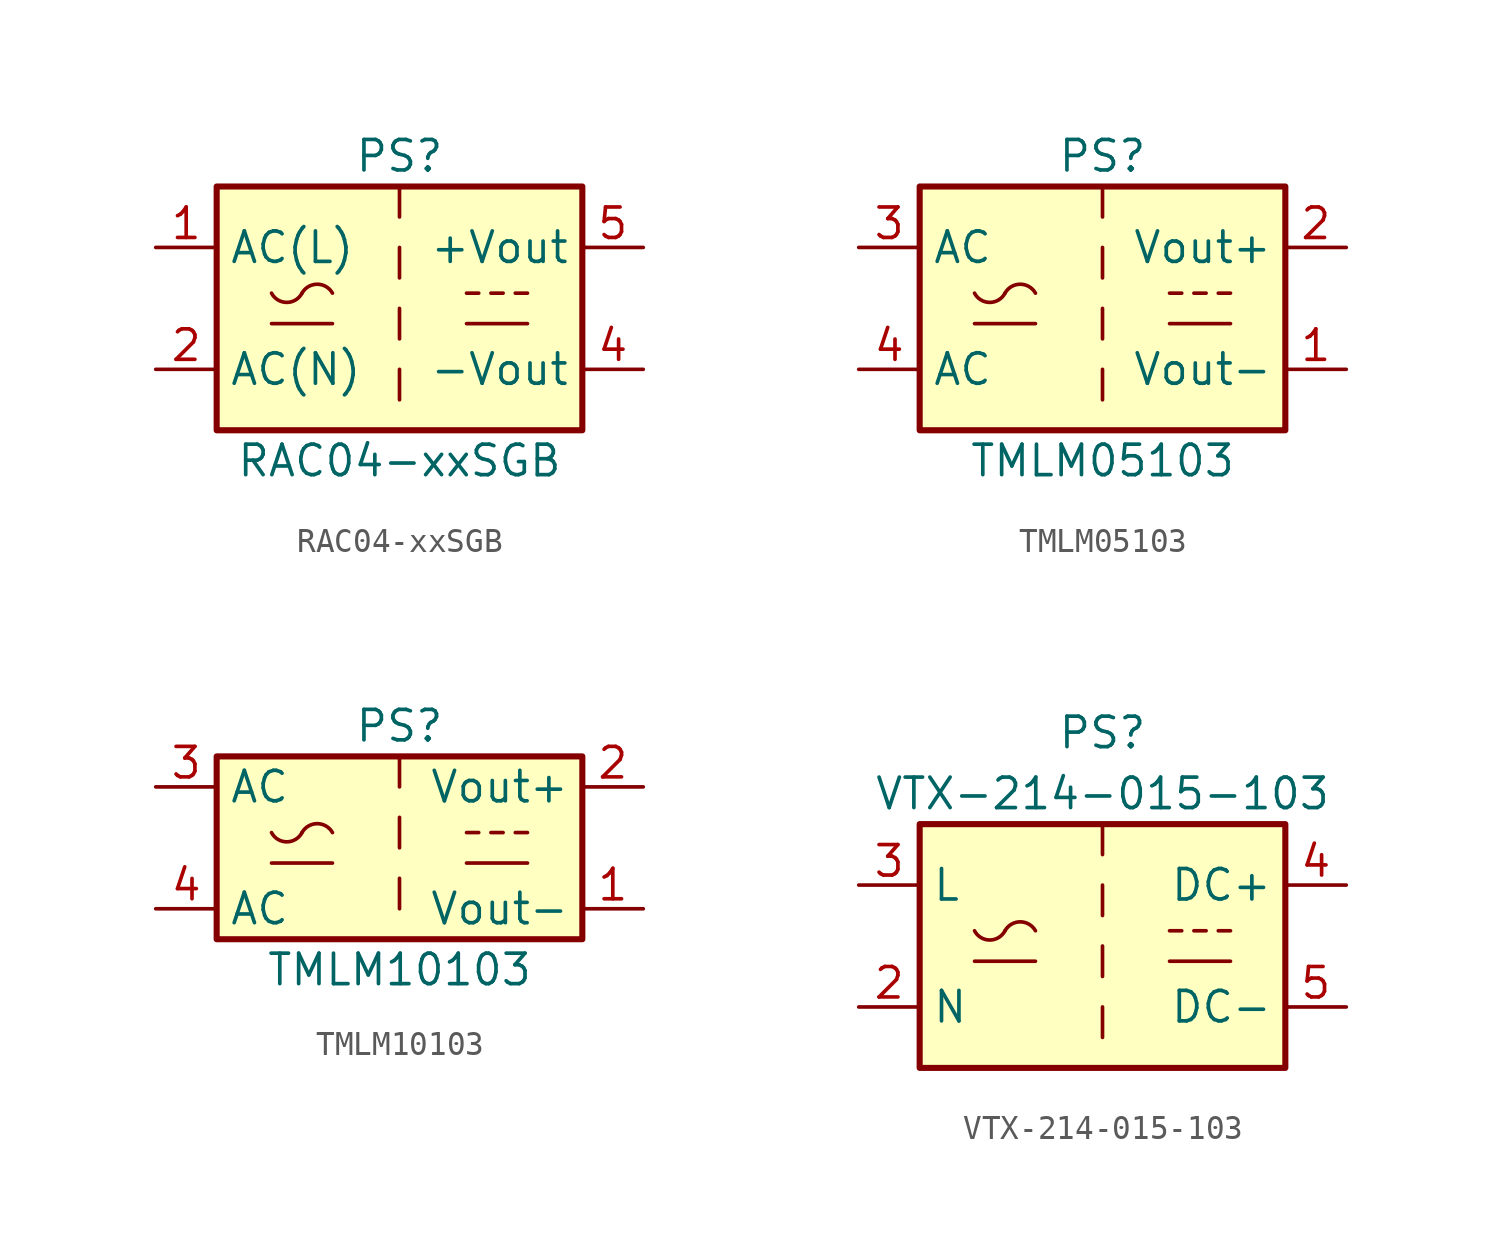
<source format=kicad_sym>
(kicad_symbol_lib
  (version 20211014)
  (generator kicad_symbol_editor)
  (symbol "RAC04-xxSGB"
    (property "Reference" "PS"
      (at 0 6.35 0)
      (effects (font (size 1.27 1.27))))
    (property "Value" "RAC04-xxSGB"
      (at 0 -6.35 0)
      (effects (font (size 1.27 1.27))))
    (symbol "RAC04-xxSGB_1_1"
      (rectangle (start -7.62 5.08) (end 7.62 -5.08) (stroke (width 0.254) (type default) (color 0 0 0 0)) (fill (type background)))
      (arc (start -5.334 0.635) (mid -4.699 0.2495) (end -4.064 0.635) (stroke (width 0) (type default) (color 0 0 0 0)) (fill (type none)))
      (arc (start -2.794 0.635) (mid -3.429 1.0072) (end -4.064 0.635) (stroke (width 0) (type default) (color 0 0 0 0)) (fill (type none)))
      (polyline (pts (xy -5.334 -0.635) (xy -2.794 -0.635)) (stroke (width 0) (type default) (color 0 0 0 0)) (fill (type none)))
      (polyline (pts (xy 0 -2.54) (xy 0 -3.81)) (stroke (width 0) (type default) (color 0 0 0 0)) (fill (type none)))
      (polyline (pts (xy 0 0) (xy 0 -1.27)) (stroke (width 0) (type default) (color 0 0 0 0)) (fill (type none)))
      (polyline (pts (xy 0 2.54) (xy 0 1.27)) (stroke (width 0) (type default) (color 0 0 0 0)) (fill (type none)))
      (polyline (pts (xy 0 5.08) (xy 0 3.81)) (stroke (width 0) (type default) (color 0 0 0 0)) (fill (type none)))
      (polyline (pts (xy 2.794 -0.635) (xy 5.334 -0.635)) (stroke (width 0) (type default) (color 0 0 0 0)) (fill (type none)))
      (polyline (pts (xy 2.794 0.635) (xy 3.302 0.635)) (stroke (width 0) (type default) (color 0 0 0 0)) (fill (type none)))
      (polyline (pts (xy 3.81 0.635) (xy 4.318 0.635)) (stroke (width 0) (type default) (color 0 0 0 0)) (fill (type none)))
      (polyline (pts (xy 4.826 0.635) (xy 5.334 0.635)) (stroke (width 0) (type default) (color 0 0 0 0)) (fill (type none)))
      (pin power_in line (at -10.16 2.54 0) (length 2.54) (name "AC(L)" (effects (font (size 1.27 1.27)))) (number "1" (effects (font (size 1.27 1.27)))))
      (pin power_in line (at -10.16 -2.54 0) (length 2.54) (name "AC(N)" (effects (font (size 1.27 1.27)))) (number "2" (effects (font (size 1.27 1.27)))))
      (pin no_connect line (at 7.62 0 180) (length 2.54) hide (name "NC" (effects (font (size 1.27 1.27)))) (number "3" (effects (font (size 1.27 1.27)))))
      (pin power_out line (at 10.16 -2.54 180) (length 2.54) (name "-Vout" (effects (font (size 1.27 1.27)))) (number "4" (effects (font (size 1.27 1.27)))))
      (pin power_out line (at 10.16 2.54 180) (length 2.54) (name "+Vout" (effects (font (size 1.27 1.27)))) (number "5" (effects (font (size 1.27 1.27)))))))
  (symbol "TMLM05103"
    (property "Reference" "PS"
      (at 0 6.35 0)
      (effects (font (size 1.27 1.27))))
    (property "Value" "TMLM05103"
      (at 0 -6.35 0)
      (effects (font (size 1.27 1.27))))
    (symbol "TMLM05103_0_1"
      (rectangle (start -7.62 5.08) (end 7.62 -5.08) (stroke (width 0.254) (type default) (color 0 0 0 0)) (fill (type background)))
      (arc (start -5.334 0.635) (mid -4.699 0.2495) (end -4.064 0.635) (stroke (width 0) (type default) (color 0 0 0 0)) (fill (type none)))
      (arc (start -2.794 0.635) (mid -3.429 1.0072) (end -4.064 0.635) (stroke (width 0) (type default) (color 0 0 0 0)) (fill (type none)))
      (polyline (pts (xy -5.334 -0.635) (xy -2.794 -0.635)) (stroke (width 0) (type default) (color 0 0 0 0)) (fill (type none)))
      (polyline (pts (xy 0 -2.54) (xy 0 -3.81)) (stroke (width 0) (type default) (color 0 0 0 0)) (fill (type none)))
      (polyline (pts (xy 0 0) (xy 0 -1.27)) (stroke (width 0) (type default) (color 0 0 0 0)) (fill (type none)))
      (polyline (pts (xy 0 2.54) (xy 0 1.27)) (stroke (width 0) (type default) (color 0 0 0 0)) (fill (type none)))
      (polyline (pts (xy 0 5.08) (xy 0 3.81)) (stroke (width 0) (type default) (color 0 0 0 0)) (fill (type none)))
      (polyline (pts (xy 2.794 -0.635) (xy 5.334 -0.635)) (stroke (width 0) (type default) (color 0 0 0 0)) (fill (type none)))
      (polyline (pts (xy 2.794 0.635) (xy 3.302 0.635)) (stroke (width 0) (type default) (color 0 0 0 0)) (fill (type none)))
      (polyline (pts (xy 3.81 0.635) (xy 4.318 0.635)) (stroke (width 0) (type default) (color 0 0 0 0)) (fill (type none)))
      (polyline (pts (xy 4.826 0.635) (xy 5.334 0.635)) (stroke (width 0) (type default) (color 0 0 0 0)) (fill (type none))))
    (symbol "TMLM05103_1_1"
      (pin power_out line (at 10.16 -2.54 180) (length 2.54) (name "Vout-" (effects (font (size 1.27 1.27)))) (number "1" (effects (font (size 1.27 1.27)))))
      (pin power_out line (at 10.16 2.54 180) (length 2.54) (name "Vout+" (effects (font (size 1.27 1.27)))) (number "2" (effects (font (size 1.27 1.27)))))
      (pin power_in line (at -10.16 2.54 0) (length 2.54) (name "AC" (effects (font (size 1.27 1.27)))) (number "3" (effects (font (size 1.27 1.27)))))
      (pin power_in line (at -10.16 -2.54 0) (length 2.54) (name "AC" (effects (font (size 1.27 1.27)))) (number "4" (effects (font (size 1.27 1.27)))))))
  (symbol "TMLM10103"
    (property "Reference" "PS"
      (at 0 5.08 0)
      (effects (font (size 1.27 1.27))))
    (property "Value" "TMLM10103"
      (at 0 -5.08 0)
      (effects (font (size 1.27 1.27))))
    (symbol "TMLM10103_0_1"
      (rectangle (start -7.62 3.81) (end 7.62 -3.81) (stroke (width 0.254) (type default) (color 0 0 0 0)) (fill (type background)))
      (arc (start -5.334 0.635) (mid -4.699 0.2495) (end -4.064 0.635) (stroke (width 0) (type default) (color 0 0 0 0)) (fill (type none)))
      (arc (start -2.794 0.635) (mid -3.429 1.0072) (end -4.064 0.635) (stroke (width 0) (type default) (color 0 0 0 0)) (fill (type none)))
      (polyline (pts (xy -5.334 -0.635) (xy -2.794 -0.635)) (stroke (width 0) (type default) (color 0 0 0 0)) (fill (type none)))
      (polyline (pts (xy 2.794 -0.635) (xy 5.334 -0.635)) (stroke (width 0) (type default) (color 0 0 0 0)) (fill (type none)))
      (polyline (pts (xy 2.794 0.635) (xy 3.302 0.635)) (stroke (width 0) (type default) (color 0 0 0 0)) (fill (type none)))
      (polyline (pts (xy 3.81 0.635) (xy 4.318 0.635)) (stroke (width 0) (type default) (color 0 0 0 0)) (fill (type none)))
      (polyline (pts (xy 4.826 0.635) (xy 5.334 0.635)) (stroke (width 0) (type default) (color 0 0 0 0)) (fill (type none))))
    (symbol "TMLM10103_1_1"
      (polyline (pts (xy 0 -1.27) (xy 0 -2.54)) (stroke (width 0) (type default) (color 0 0 0 0)) (fill (type none)))
      (polyline (pts (xy 0 1.27) (xy 0 0)) (stroke (width 0) (type default) (color 0 0 0 0)) (fill (type none)))
      (polyline (pts (xy 0 3.81) (xy 0 2.54)) (stroke (width 0) (type default) (color 0 0 0 0)) (fill (type none)))
      (pin power_out line (at 10.16 -2.54 180) (length 2.54) (name "Vout-" (effects (font (size 1.27 1.27)))) (number "1" (effects (font (size 1.27 1.27)))))
      (pin power_out line (at 10.16 2.54 180) (length 2.54) (name "Vout+" (effects (font (size 1.27 1.27)))) (number "2" (effects (font (size 1.27 1.27)))))
      (pin power_in line (at -10.16 2.54 0) (length 2.54) (name "AC" (effects (font (size 1.27 1.27)))) (number "3" (effects (font (size 1.27 1.27)))))
      (pin power_in line (at -10.16 -2.54 0) (length 2.54) (name "AC" (effects (font (size 1.27 1.27)))) (number "4" (effects (font (size 1.27 1.27)))))))
  (symbol "VTX-214-015-103"
    (property "Reference" "PS"
      (at 0 8.89 0)
      (effects (font (size 1.27 1.27))))
    (property "Value" "VTX-214-015-103"
      (at 0 6.35 0)
      (effects (font (size 1.27 1.27))))
    (symbol "VTX-214-015-103_0_1"
      (rectangle (start -7.62 5.08) (end 7.62 -5.08) (stroke (width 0.254) (type default) (color 0 0 0 0)) (fill (type background)))
      (arc (start -5.334 0.635) (mid -4.699 0.2495) (end -4.064 0.635) (stroke (width 0) (type default) (color 0 0 0 0)) (fill (type none)))
      (arc (start -2.794 0.635) (mid -3.429 1.0072) (end -4.064 0.635) (stroke (width 0) (type default) (color 0 0 0 0)) (fill (type none)))
      (polyline (pts (xy -5.334 -0.635) (xy -2.794 -0.635)) (stroke (width 0) (type default) (color 0 0 0 0)) (fill (type none)))
      (polyline (pts (xy 2.794 -0.635) (xy 5.334 -0.635)) (stroke (width 0) (type default) (color 0 0 0 0)) (fill (type none)))
      (polyline (pts (xy 2.794 0.635) (xy 3.302 0.635)) (stroke (width 0) (type default) (color 0 0 0 0)) (fill (type none)))
      (polyline (pts (xy 3.81 0.635) (xy 4.318 0.635)) (stroke (width 0) (type default) (color 0 0 0 0)) (fill (type none)))
      (polyline (pts (xy 4.826 0.635) (xy 5.334 0.635)) (stroke (width 0) (type default) (color 0 0 0 0)) (fill (type none))))
    (symbol "VTX-214-015-103_1_1"
      (polyline (pts (xy 0 -2.54) (xy 0 -3.81)) (stroke (width 0) (type default) (color 0 0 0 0)) (fill (type none)))
      (polyline (pts (xy 0 0) (xy 0 -1.27)) (stroke (width 0) (type default) (color 0 0 0 0)) (fill (type none)))
      (polyline (pts (xy 0 2.54) (xy 0 1.27)) (stroke (width 0) (type default) (color 0 0 0 0)) (fill (type none)))
      (polyline (pts (xy 0 5.08) (xy 0 3.81)) (stroke (width 0) (type default) (color 0 0 0 0)) (fill (type none)))
      (pin no_connect line (at 0 -5.08 90) (length 2.54) hide (name "FG" (effects (font (size 1.27 1.27)))) (number "1" (effects (font (size 1.27 1.27)))))
      (pin power_in line (at -10.16 -2.54 0) (length 2.54) (name "N" (effects (font (size 1.27 1.27)))) (number "2" (effects (font (size 1.27 1.27)))))
      (pin power_in line (at -10.16 2.54 0) (length 2.54) (name "L" (effects (font (size 1.27 1.27)))) (number "3" (effects (font (size 1.27 1.27)))))
      (pin power_out line (at 10.16 2.54 180) (length 2.54) (name "DC+" (effects (font (size 1.27 1.27)))) (number "4" (effects (font (size 1.27 1.27)))))
      (pin power_out line (at 10.16 -2.54 180) (length 2.54) (name "DC-" (effects (font (size 1.27 1.27)))) (number "5" (effects (font (size 1.27 1.27))))))))
</source>
